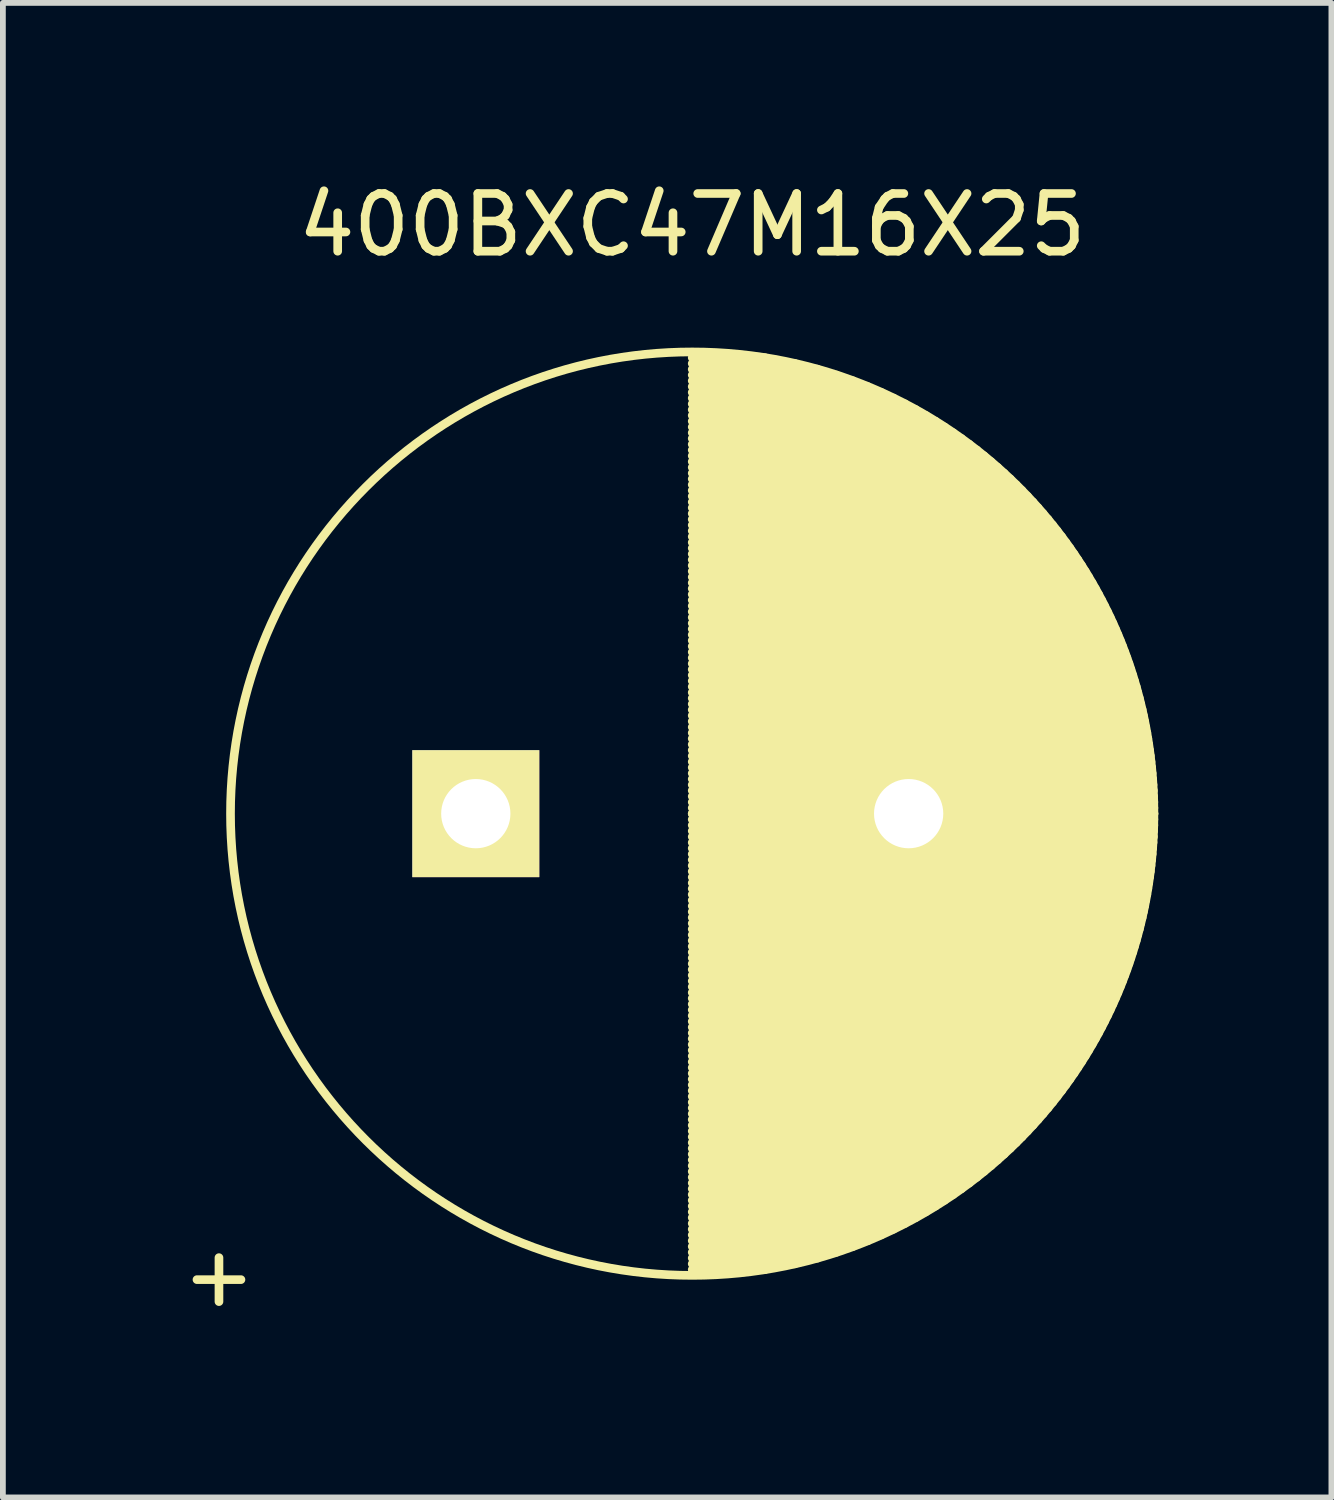
<source format=kicad_pcb>
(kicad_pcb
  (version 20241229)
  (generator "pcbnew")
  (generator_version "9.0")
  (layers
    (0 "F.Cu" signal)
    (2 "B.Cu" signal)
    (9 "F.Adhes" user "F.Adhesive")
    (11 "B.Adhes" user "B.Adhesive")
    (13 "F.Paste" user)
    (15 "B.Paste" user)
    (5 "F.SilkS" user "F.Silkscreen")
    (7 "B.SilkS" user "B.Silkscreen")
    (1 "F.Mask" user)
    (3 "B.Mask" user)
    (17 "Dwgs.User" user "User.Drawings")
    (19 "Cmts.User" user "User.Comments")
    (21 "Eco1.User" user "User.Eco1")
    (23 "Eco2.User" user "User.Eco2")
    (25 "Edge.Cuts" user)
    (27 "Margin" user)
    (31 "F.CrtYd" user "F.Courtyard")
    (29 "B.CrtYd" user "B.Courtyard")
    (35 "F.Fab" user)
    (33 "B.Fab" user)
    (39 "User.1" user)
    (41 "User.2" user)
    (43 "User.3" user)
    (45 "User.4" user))
  (footprint "400BXC47M16X25"
    (layer "F.Cu")
    (at 5.194 11.048)
    (property "Reference" "400BXC47M16X25" (at 3.75 -10.2 0) (layer "F.SilkS") (effects (font (size 1 1) (thickness 0.15))))
    (attr through_hole)
    (fp_line (start 3.75 -7.9) (end 5.011 -7.9) (stroke (width 0.15) (type solid)) (layer "F.SilkS"))
    (fp_line (start 3.75 -7.8) (end 5.528 -7.8) (stroke (width 0.15) (type solid)) (layer "F.SilkS"))
    (fp_line (start 3.75 -7.7) (end 5.92 -7.7) (stroke (width 0.15) (type solid)) (layer "F.SilkS"))
    (fp_line (start 3.75 -7.6) (end 6.248 -7.6) (stroke (width 0.15) (type solid)) (layer "F.SilkS"))
    (fp_line (start 3.75 -7.5) (end 6.534 -7.5) (stroke (width 0.15) (type solid)) (layer "F.SilkS"))
    (fp_line (start 3.75 -7.4) (end 6.79 -7.4) (stroke (width 0.15) (type solid)) (layer "F.SilkS"))
    (fp_line (start 3.75 -7.3) (end 7.023 -7.3) (stroke (width 0.15) (type solid)) (layer "F.SilkS"))
    (fp_line (start 3.75 -7.2) (end 7.237 -7.2) (stroke (width 0.15) (type solid)) (layer "F.SilkS"))
    (fp_line (start 3.75 -7.1) (end 7.436 -7.1) (stroke (width 0.15) (type solid)) (layer "F.SilkS"))
    (fp_line (start 3.75 -7) (end 7.623 -7) (stroke (width 0.15) (type solid)) (layer "F.SilkS"))
    (fp_line (start 3.75 -6.9) (end 7.798 -6.9) (stroke (width 0.15) (type solid)) (layer "F.SilkS"))
    (fp_line (start 3.75 -6.8) (end 7.964 -6.8) (stroke (width 0.15) (type solid)) (layer "F.SilkS"))
    (fp_line (start 3.75 -6.7) (end 8.121 -6.7) (stroke (width 0.15) (type solid)) (layer "F.SilkS"))
    (fp_line (start 3.75 -6.6) (end 8.271 -6.6) (stroke (width 0.15) (type solid)) (layer "F.SilkS"))
    (fp_line (start 3.75 -6.5) (end 8.414 -6.5) (stroke (width 0.15) (type solid)) (layer "F.SilkS"))
    (fp_line (start 3.75 -6.4) (end 8.55 -6.4) (stroke (width 0.15) (type solid)) (layer "F.SilkS"))
    (fp_line (start 3.75 -6.3) (end 8.681 -6.3) (stroke (width 0.15) (type solid)) (layer "F.SilkS"))
    (fp_line (start 3.75 -6.2) (end 8.806 -6.2) (stroke (width 0.15) (type solid)) (layer "F.SilkS"))
    (fp_line (start 3.75 -6.1) (end 8.926 -6.1) (stroke (width 0.15) (type solid)) (layer "F.SilkS"))
    (fp_line (start 3.75 -6) (end 9.042 -6) (stroke (width 0.15) (type solid)) (layer "F.SilkS"))
    (fp_line (start 3.75 -5.9) (end 9.153 -5.9) (stroke (width 0.15) (type solid)) (layer "F.SilkS"))
    (fp_line (start 3.75 -5.8) (end 9.26 -5.8) (stroke (width 0.15) (type solid)) (layer "F.SilkS"))
    (fp_line (start 3.75 -5.7) (end 9.363 -5.7) (stroke (width 0.15) (type solid)) (layer "F.SilkS"))
    (fp_line (start 3.75 -5.6) (end 9.463 -5.6) (stroke (width 0.15) (type solid)) (layer "F.SilkS"))
    (fp_line (start 3.75 -5.5) (end 9.559 -5.5) (stroke (width 0.15) (type solid)) (layer "F.SilkS"))
    (fp_line (start 3.75 -5.4) (end 9.653 -5.4) (stroke (width 0.15) (type solid)) (layer "F.SilkS"))
    (fp_line (start 3.75 -5.3) (end 9.742 -5.3) (stroke (width 0.15) (type solid)) (layer "F.SilkS"))
    (fp_line (start 3.75 -5.2) (end 9.829 -5.2) (stroke (width 0.15) (type solid)) (layer "F.SilkS"))
    (fp_line (start 3.75 -5.1) (end 9.914 -5.1) (stroke (width 0.15) (type solid)) (layer "F.SilkS"))
    (fp_line (start 3.75 -5) (end 9.995 -5) (stroke (width 0.15) (type solid)) (layer "F.SilkS"))
    (fp_line (start 3.75 -4.9) (end 10.074 -4.9) (stroke (width 0.15) (type solid)) (layer "F.SilkS"))
    (fp_line (start 3.75 -4.8) (end 10.15 -4.8) (stroke (width 0.15) (type solid)) (layer "F.SilkS"))
    (fp_line (start 3.75 -4.7) (end 10.224 -4.7) (stroke (width 0.15) (type solid)) (layer "F.SilkS"))
    (fp_line (start 3.75 -4.6) (end 10.295 -4.6) (stroke (width 0.15) (type solid)) (layer "F.SilkS"))
    (fp_line (start 3.75 -4.5) (end 10.364 -4.5) (stroke (width 0.15) (type solid)) (layer "F.SilkS"))
    (fp_line (start 3.75 -4.4) (end 10.431 -4.4) (stroke (width 0.15) (type solid)) (layer "F.SilkS"))
    (fp_line (start 3.75 -4.3) (end 10.496 -4.3) (stroke (width 0.15) (type solid)) (layer "F.SilkS"))
    (fp_line (start 3.75 -4.2) (end 10.559 -4.2) (stroke (width 0.15) (type solid)) (layer "F.SilkS"))
    (fp_line (start 3.75 -4.1) (end 10.619 -4.1) (stroke (width 0.15) (type solid)) (layer "F.SilkS"))
    (fp_line (start 3.75 -4) (end 10.678 -4) (stroke (width 0.15) (type solid)) (layer "F.SilkS"))
    (fp_line (start 3.75 -3.9) (end 10.735 -3.9) (stroke (width 0.15) (type solid)) (layer "F.SilkS"))
    (fp_line (start 3.75 -3.8) (end 10.79 -3.8) (stroke (width 0.15) (type solid)) (layer "F.SilkS"))
    (fp_line (start 3.75 -3.7) (end 10.843 -3.7) (stroke (width 0.15) (type solid)) (layer "F.SilkS"))
    (fp_line (start 3.75 -3.6) (end 10.894 -3.6) (stroke (width 0.15) (type solid)) (layer "F.SilkS"))
    (fp_line (start 3.75 -3.5) (end 10.944 -3.5) (stroke (width 0.15) (type solid)) (layer "F.SilkS"))
    (fp_line (start 3.75 -3.4) (end 10.992 -3.4) (stroke (width 0.15) (type solid)) (layer "F.SilkS"))
    (fp_line (start 3.75 -3.3) (end 11.038 -3.3) (stroke (width 0.15) (type solid)) (layer "F.SilkS"))
    (fp_line (start 3.75 -3.2) (end 11.082 -3.2) (stroke (width 0.15) (type solid)) (layer "F.SilkS"))
    (fp_line (start 3.75 -3.1) (end 11.125 -3.1) (stroke (width 0.15) (type solid)) (layer "F.SilkS"))
    (fp_line (start 3.75 -3) (end 11.166 -3) (stroke (width 0.15) (type solid)) (layer "F.SilkS"))
    (fp_line (start 3.75 -2.9) (end 11.206 -2.9) (stroke (width 0.15) (type solid)) (layer "F.SilkS"))
    (fp_line (start 3.75 -2.8) (end 11.244 -2.8) (stroke (width 0.15) (type solid)) (layer "F.SilkS"))
    (fp_line (start 3.75 -2.7) (end 11.281 -2.7) (stroke (width 0.15) (type solid)) (layer "F.SilkS"))
    (fp_line (start 3.75 -2.6) (end 11.316 -2.6) (stroke (width 0.15) (type solid)) (layer "F.SilkS"))
    (fp_line (start 3.75 -2.5) (end 11.349 -2.5) (stroke (width 0.15) (type solid)) (layer "F.SilkS"))
    (fp_line (start 3.75 -2.4) (end 11.382 -2.4) (stroke (width 0.15) (type solid)) (layer "F.SilkS"))
    (fp_line (start 3.75 -2.3) (end 11.412 -2.3) (stroke (width 0.15) (type solid)) (layer "F.SilkS"))
    (fp_line (start 3.75 -2.2) (end 11.442 -2.2) (stroke (width 0.15) (type solid)) (layer "F.SilkS"))
    (fp_line (start 3.75 -2.1) (end 11.469 -2.1) (stroke (width 0.15) (type solid)) (layer "F.SilkS"))
    (fp_line (start 3.75 -2) (end 11.496 -2) (stroke (width 0.15) (type solid)) (layer "F.SilkS"))
    (fp_line (start 3.75 -1.9) (end 11.521 -1.9) (stroke (width 0.15) (type solid)) (layer "F.SilkS"))
    (fp_line (start 3.75 -1.8) (end 11.545 -1.8) (stroke (width 0.15) (type solid)) (layer "F.SilkS"))
    (fp_line (start 3.75 -1.7) (end 11.567 -1.7) (stroke (width 0.15) (type solid)) (layer "F.SilkS"))
    (fp_line (start 3.75 -1.6) (end 11.588 -1.6) (stroke (width 0.15) (type solid)) (layer "F.SilkS"))
    (fp_line (start 3.75 -1.5) (end 11.608 -1.5) (stroke (width 0.15) (type solid)) (layer "F.SilkS"))
    (fp_line (start 3.75 -1.4) (end 11.627 -1.4) (stroke (width 0.15) (type solid)) (layer "F.SilkS"))
    (fp_line (start 3.75 -1.3) (end 11.644 -1.3) (stroke (width 0.15) (type solid)) (layer "F.SilkS"))
    (fp_line (start 3.75 -1.2) (end 11.659 -1.2) (stroke (width 0.15) (type solid)) (layer "F.SilkS"))
    (fp_line (start 3.75 -1.1) (end 11.674 -1.1) (stroke (width 0.15) (type solid)) (layer "F.SilkS"))
    (fp_line (start 3.75 -1) (end 11.687 -1) (stroke (width 0.15) (type solid)) (layer "F.SilkS"))
    (fp_line (start 3.75 -0.9) (end 11.699 -0.9) (stroke (width 0.15) (type solid)) (layer "F.SilkS"))
    (fp_line (start 3.75 -0.8) (end 11.71 -0.8) (stroke (width 0.15) (type solid)) (layer "F.SilkS"))
    (fp_line (start 3.75 -0.7) (end 11.719 -0.7) (stroke (width 0.15) (type solid)) (layer "F.SilkS"))
    (fp_line (start 3.75 -0.6) (end 11.727 -0.6) (stroke (width 0.15) (type solid)) (layer "F.SilkS"))
    (fp_line (start 3.75 -0.5) (end 11.734 -0.5) (stroke (width 0.15) (type solid)) (layer "F.SilkS"))
    (fp_line (start 3.75 -0.4) (end 11.74 -0.4) (stroke (width 0.15) (type solid)) (layer "F.SilkS"))
    (fp_line (start 3.75 -0.3) (end 11.744 -0.3) (stroke (width 0.15) (type solid)) (layer "F.SilkS"))
    (fp_line (start 3.75 -0.2) (end 11.748 -0.2) (stroke (width 0.15) (type solid)) (layer "F.SilkS"))
    (fp_line (start 3.75 -0.1) (end 11.749 -0.1) (stroke (width 0.15) (type solid)) (layer "F.SilkS"))
    (fp_line (start 3.75 0) (end 11.75 0) (stroke (width 0.15) (type solid)) (layer "F.SilkS"))
    (fp_line (start 3.75 0) (end 11.75 0) (stroke (width 0.15) (type solid)) (layer "F.SilkS"))
    (fp_line (start 3.75 0.1) (end 11.749 0.1) (stroke (width 0.15) (type solid)) (layer "F.SilkS"))
    (fp_line (start 3.75 0.2) (end 11.748 0.2) (stroke (width 0.15) (type solid)) (layer "F.SilkS"))
    (fp_line (start 3.75 0.3) (end 11.744 0.3) (stroke (width 0.15) (type solid)) (layer "F.SilkS"))
    (fp_line (start 3.75 0.4) (end 11.74 0.4) (stroke (width 0.15) (type solid)) (layer "F.SilkS"))
    (fp_line (start 3.75 0.5) (end 11.734 0.5) (stroke (width 0.15) (type solid)) (layer "F.SilkS"))
    (fp_line (start 3.75 0.6) (end 11.727 0.6) (stroke (width 0.15) (type solid)) (layer "F.SilkS"))
    (fp_line (start 3.75 0.7) (end 11.719 0.7) (stroke (width 0.15) (type solid)) (layer "F.SilkS"))
    (fp_line (start 3.75 0.8) (end 11.71 0.8) (stroke (width 0.15) (type solid)) (layer "F.SilkS"))
    (fp_line (start 3.75 0.9) (end 11.699 0.9) (stroke (width 0.15) (type solid)) (layer "F.SilkS"))
    (fp_line (start 3.75 1) (end 11.687 1) (stroke (width 0.15) (type solid)) (layer "F.SilkS"))
    (fp_line (start 3.75 1.1) (end 11.674 1.1) (stroke (width 0.15) (type solid)) (layer "F.SilkS"))
    (fp_line (start 3.75 1.2) (end 11.659 1.2) (stroke (width 0.15) (type solid)) (layer "F.SilkS"))
    (fp_line (start 3.75 1.3) (end 11.644 1.3) (stroke (width 0.15) (type solid)) (layer "F.SilkS"))
    (fp_line (start 3.75 1.4) (end 11.627 1.4) (stroke (width 0.15) (type solid)) (layer "F.SilkS"))
    (fp_line (start 3.75 1.5) (end 11.608 1.5) (stroke (width 0.15) (type solid)) (layer "F.SilkS"))
    (fp_line (start 3.75 1.6) (end 11.588 1.6) (stroke (width 0.15) (type solid)) (layer "F.SilkS"))
    (fp_line (start 3.75 1.7) (end 11.567 1.7) (stroke (width 0.15) (type solid)) (layer "F.SilkS"))
    (fp_line (start 3.75 1.8) (end 11.545 1.8) (stroke (width 0.15) (type solid)) (layer "F.SilkS"))
    (fp_line (start 3.75 1.9) (end 11.521 1.9) (stroke (width 0.15) (type solid)) (layer "F.SilkS"))
    (fp_line (start 3.75 2) (end 11.496 2) (stroke (width 0.15) (type solid)) (layer "F.SilkS"))
    (fp_line (start 3.75 2.1) (end 11.469 2.1) (stroke (width 0.15) (type solid)) (layer "F.SilkS"))
    (fp_line (start 3.75 2.2) (end 11.442 2.2) (stroke (width 0.15) (type solid)) (layer "F.SilkS"))
    (fp_line (start 3.75 2.3) (end 11.412 2.3) (stroke (width 0.15) (type solid)) (layer "F.SilkS"))
    (fp_line (start 3.75 2.4) (end 11.382 2.4) (stroke (width 0.15) (type solid)) (layer "F.SilkS"))
    (fp_line (start 3.75 2.5) (end 11.349 2.5) (stroke (width 0.15) (type solid)) (layer "F.SilkS"))
    (fp_line (start 3.75 2.6) (end 11.316 2.6) (stroke (width 0.15) (type solid)) (layer "F.SilkS"))
    (fp_line (start 3.75 2.7) (end 11.281 2.7) (stroke (width 0.15) (type solid)) (layer "F.SilkS"))
    (fp_line (start 3.75 2.8) (end 11.244 2.8) (stroke (width 0.15) (type solid)) (layer "F.SilkS"))
    (fp_line (start 3.75 2.9) (end 11.206 2.9) (stroke (width 0.15) (type solid)) (layer "F.SilkS"))
    (fp_line (start 3.75 3) (end 11.166 3) (stroke (width 0.15) (type solid)) (layer "F.SilkS"))
    (fp_line (start 3.75 3.1) (end 11.125 3.1) (stroke (width 0.15) (type solid)) (layer "F.SilkS"))
    (fp_line (start 3.75 3.2) (end 11.082 3.2) (stroke (width 0.15) (type solid)) (layer "F.SilkS"))
    (fp_line (start 3.75 3.3) (end 11.038 3.3) (stroke (width 0.15) (type solid)) (layer "F.SilkS"))
    (fp_line (start 3.75 3.4) (end 10.992 3.4) (stroke (width 0.15) (type solid)) (layer "F.SilkS"))
    (fp_line (start 3.75 3.5) (end 10.944 3.5) (stroke (width 0.15) (type solid)) (layer "F.SilkS"))
    (fp_line (start 3.75 3.6) (end 10.894 3.6) (stroke (width 0.15) (type solid)) (layer "F.SilkS"))
    (fp_line (start 3.75 3.7) (end 10.843 3.7) (stroke (width 0.15) (type solid)) (layer "F.SilkS"))
    (fp_line (start 3.75 3.8) (end 10.79 3.8) (stroke (width 0.15) (type solid)) (layer "F.SilkS"))
    (fp_line (start 3.75 3.9) (end 10.735 3.9) (stroke (width 0.15) (type solid)) (layer "F.SilkS"))
    (fp_line (start 3.75 4) (end 10.678 4) (stroke (width 0.15) (type solid)) (layer "F.SilkS"))
    (fp_line (start 3.75 4.1) (end 10.619 4.1) (stroke (width 0.15) (type solid)) (layer "F.SilkS"))
    (fp_line (start 3.75 4.2) (end 10.559 4.2) (stroke (width 0.15) (type solid)) (layer "F.SilkS"))
    (fp_line (start 3.75 4.3) (end 10.496 4.3) (stroke (width 0.15) (type solid)) (layer "F.SilkS"))
    (fp_line (start 3.75 4.4) (end 10.431 4.4) (stroke (width 0.15) (type solid)) (layer "F.SilkS"))
    (fp_line (start 3.75 4.5) (end 10.364 4.5) (stroke (width 0.15) (type solid)) (layer "F.SilkS"))
    (fp_line (start 3.75 4.6) (end 10.295 4.6) (stroke (width 0.15) (type solid)) (layer "F.SilkS"))
    (fp_line (start 3.75 4.7) (end 10.224 4.7) (stroke (width 0.15) (type solid)) (layer "F.SilkS"))
    (fp_line (start 3.75 4.8) (end 10.15 4.8) (stroke (width 0.15) (type solid)) (layer "F.SilkS"))
    (fp_line (start 3.75 4.9) (end 10.074 4.9) (stroke (width 0.15) (type solid)) (layer "F.SilkS"))
    (fp_line (start 3.75 5) (end 9.995 5) (stroke (width 0.15) (type solid)) (layer "F.SilkS"))
    (fp_line (start 3.75 5.1) (end 9.914 5.1) (stroke (width 0.15) (type solid)) (layer "F.SilkS"))
    (fp_line (start 3.75 5.2) (end 9.829 5.2) (stroke (width 0.15) (type solid)) (layer "F.SilkS"))
    (fp_line (start 3.75 5.3) (end 9.742 5.3) (stroke (width 0.15) (type solid)) (layer "F.SilkS"))
    (fp_line (start 3.75 5.4) (end 9.653 5.4) (stroke (width 0.15) (type solid)) (layer "F.SilkS"))
    (fp_line (start 3.75 5.5) (end 9.559 5.5) (stroke (width 0.15) (type solid)) (layer "F.SilkS"))
    (fp_line (start 3.75 5.6) (end 9.463 5.6) (stroke (width 0.15) (type solid)) (layer "F.SilkS"))
    (fp_line (start 3.75 5.7) (end 9.363 5.7) (stroke (width 0.15) (type solid)) (layer "F.SilkS"))
    (fp_line (start 3.75 5.8) (end 9.26 5.8) (stroke (width 0.15) (type solid)) (layer "F.SilkS"))
    (fp_line (start 3.75 5.9) (end 9.153 5.9) (stroke (width 0.15) (type solid)) (layer "F.SilkS"))
    (fp_line (start 3.75 6) (end 9.042 6) (stroke (width 0.15) (type solid)) (layer "F.SilkS"))
    (fp_line (start 3.75 6.1) (end 8.926 6.1) (stroke (width 0.15) (type solid)) (layer "F.SilkS"))
    (fp_line (start 3.75 6.2) (end 8.806 6.2) (stroke (width 0.15) (type solid)) (layer "F.SilkS"))
    (fp_line (start 3.75 6.3) (end 8.681 6.3) (stroke (width 0.15) (type solid)) (layer "F.SilkS"))
    (fp_line (start 3.75 6.4) (end 8.55 6.4) (stroke (width 0.15) (type solid)) (layer "F.SilkS"))
    (fp_line (start 3.75 6.5) (end 8.414 6.5) (stroke (width 0.15) (type solid)) (layer "F.SilkS"))
    (fp_line (start 3.75 6.6) (end 8.271 6.6) (stroke (width 0.15) (type solid)) (layer "F.SilkS"))
    (fp_line (start 3.75 6.7) (end 8.121 6.7) (stroke (width 0.15) (type solid)) (layer "F.SilkS"))
    (fp_line (start 3.75 6.8) (end 7.964 6.8) (stroke (width 0.15) (type solid)) (layer "F.SilkS"))
    (fp_line (start 3.75 6.9) (end 7.798 6.9) (stroke (width 0.15) (type solid)) (layer "F.SilkS"))
    (fp_line (start 3.75 7) (end 7.623 7) (stroke (width 0.15) (type solid)) (layer "F.SilkS"))
    (fp_line (start 3.75 7.1) (end 7.436 7.1) (stroke (width 0.15) (type solid)) (layer "F.SilkS"))
    (fp_line (start 3.75 7.2) (end 7.237 7.2) (stroke (width 0.15) (type solid)) (layer "F.SilkS"))
    (fp_line (start 3.75 7.3) (end 7.023 7.3) (stroke (width 0.15) (type solid)) (layer "F.SilkS"))
    (fp_line (start 3.75 7.4) (end 6.79 7.4) (stroke (width 0.15) (type solid)) (layer "F.SilkS"))
    (fp_line (start 3.75 7.5) (end 6.534 7.5) (stroke (width 0.15) (type solid)) (layer "F.SilkS"))
    (fp_line (start 3.75 7.6) (end 6.248 7.6) (stroke (width 0.15) (type solid)) (layer "F.SilkS"))
    (fp_line (start 3.75 7.7) (end 5.92 7.7) (stroke (width 0.15) (type solid)) (layer "F.SilkS"))
    (fp_line (start 3.75 7.8) (end 5.528 7.8) (stroke (width 0.15) (type solid)) (layer "F.SilkS"))
    (fp_line (start 3.75 7.9) (end 5.011 7.9) (stroke (width 0.15) (type solid)) (layer "F.SilkS"))
    (fp_circle (center 3.75 0) (end 3.75 -8) (stroke (width 0.15) (type solid)) (fill no) (layer "F.SilkS"))
    (fp_text user "+" (at -4.45 8 0) (layer "F.SilkS") (effects (font (size 1 1) (thickness 0.15))))
    (pad "1" thru_hole rect (at 0 0) (size 2.2 2.2) (drill 1.2) (layers "*.Cu" "*.Mask" "F.SilkS"))
    (pad "2" thru_hole circle (at 7.5 0) (size 2.2 2.2) (drill 1.2) (layers "*.Cu" "*.Mask" "F.SilkS")))
  (gr_rect
    (start -3 -3)
    (end 20.019 22.896)
    (stroke (width 0.1) (type default))
    (fill no)
    (layer "Edge.Cuts")))
</source>
